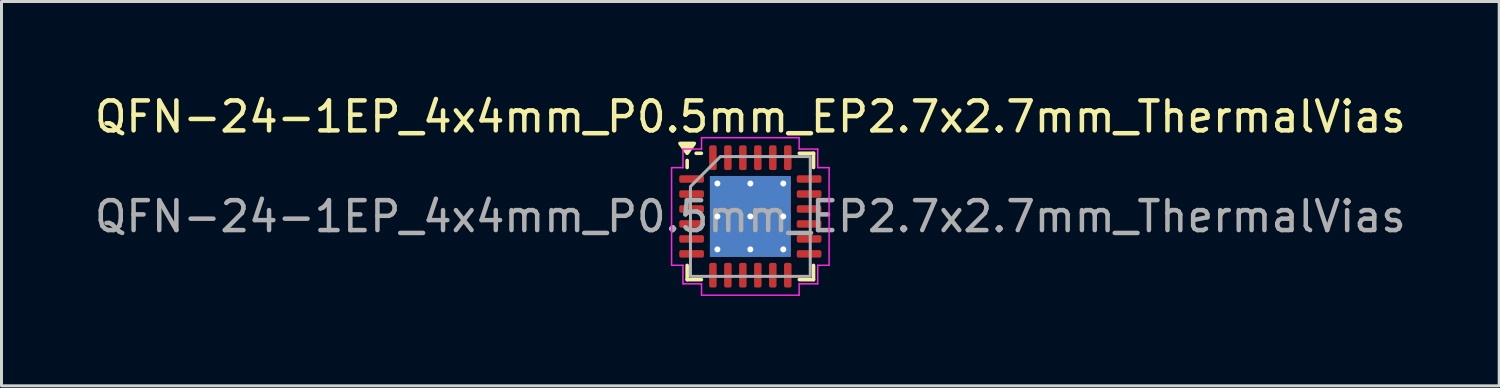
<source format=kicad_pcb>
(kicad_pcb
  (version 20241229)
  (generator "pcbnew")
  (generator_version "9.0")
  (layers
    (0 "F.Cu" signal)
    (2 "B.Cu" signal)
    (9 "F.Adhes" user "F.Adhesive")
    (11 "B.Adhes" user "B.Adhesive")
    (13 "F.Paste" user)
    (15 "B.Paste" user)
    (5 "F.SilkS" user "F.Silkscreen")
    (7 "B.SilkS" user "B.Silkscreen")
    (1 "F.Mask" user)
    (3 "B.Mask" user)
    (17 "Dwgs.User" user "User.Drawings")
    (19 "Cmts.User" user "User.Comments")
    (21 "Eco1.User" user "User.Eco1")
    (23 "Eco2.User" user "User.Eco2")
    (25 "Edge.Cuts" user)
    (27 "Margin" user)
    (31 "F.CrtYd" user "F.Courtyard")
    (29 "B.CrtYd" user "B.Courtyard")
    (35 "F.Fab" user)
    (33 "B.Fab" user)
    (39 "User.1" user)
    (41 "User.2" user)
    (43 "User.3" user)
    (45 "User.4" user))
  (footprint "QFN-24-1EP_4x4mm_P0.5mm_EP2.7x2.7mm_ThermalVias"
    (layer "F.Cu")
    (at 22.006 4.178)
    (property "Reference" "QFN-24-1EP_4x4mm_P0.5mm_EP2.7x2.7mm_ThermalVias" (at 0 -3.33 0) (layer "F.SilkS") (effects (font (size 1 1) (thickness 0.15))))
    (attr smd)
    (fp_line (start -2.11 -1.635) (end -2.11 -1.87) (stroke (width 0.12) (type solid)) (layer "F.SilkS"))
    (fp_line (start -2.11 2.11) (end -2.11 1.635) (stroke (width 0.12) (type solid)) (layer "F.SilkS"))
    (fp_line (start -1.635 -2.11) (end -1.81 -2.11) (stroke (width 0.12) (type solid)) (layer "F.SilkS"))
    (fp_line (start -1.635 2.11) (end -2.11 2.11) (stroke (width 0.12) (type solid)) (layer "F.SilkS"))
    (fp_line (start 1.635 -2.11) (end 2.11 -2.11) (stroke (width 0.12) (type solid)) (layer "F.SilkS"))
    (fp_line (start 1.635 2.11) (end 2.11 2.11) (stroke (width 0.12) (type solid)) (layer "F.SilkS"))
    (fp_line (start 2.11 -2.11) (end 2.11 -1.635) (stroke (width 0.12) (type solid)) (layer "F.SilkS"))
    (fp_line (start 2.11 2.11) (end 2.11 1.635) (stroke (width 0.12) (type solid)) (layer "F.SilkS"))
    (fp_poly (pts (xy -2.11 -2.11) (xy -2.35 -2.44) (xy -1.87 -2.44)) (stroke (width 0.12) (type solid)) (fill yes) (layer "F.SilkS"))
    (fp_line (start -2.63 -1.63) (end -2.25 -1.63) (stroke (width 0.05) (type solid)) (layer "F.CrtYd"))
    (fp_line (start -2.63 1.63) (end -2.63 -1.63) (stroke (width 0.05) (type solid)) (layer "F.CrtYd"))
    (fp_line (start -2.25 -2.25) (end -1.63 -2.25) (stroke (width 0.05) (type solid)) (layer "F.CrtYd"))
    (fp_line (start -2.25 -1.63) (end -2.25 -2.25) (stroke (width 0.05) (type solid)) (layer "F.CrtYd"))
    (fp_line (start -2.25 1.63) (end -2.63 1.63) (stroke (width 0.05) (type solid)) (layer "F.CrtYd"))
    (fp_line (start -2.25 2.25) (end -2.25 1.63) (stroke (width 0.05) (type solid)) (layer "F.CrtYd"))
    (fp_line (start -1.63 -2.63) (end 1.63 -2.63) (stroke (width 0.05) (type solid)) (layer "F.CrtYd"))
    (fp_line (start -1.63 -2.25) (end -1.63 -2.63) (stroke (width 0.05) (type solid)) (layer "F.CrtYd"))
    (fp_line (start -1.63 2.25) (end -2.25 2.25) (stroke (width 0.05) (type solid)) (layer "F.CrtYd"))
    (fp_line (start -1.63 2.63) (end -1.63 2.25) (stroke (width 0.05) (type solid)) (layer "F.CrtYd"))
    (fp_line (start 1.63 -2.63) (end 1.63 -2.25) (stroke (width 0.05) (type solid)) (layer "F.CrtYd"))
    (fp_line (start 1.63 -2.25) (end 2.25 -2.25) (stroke (width 0.05) (type solid)) (layer "F.CrtYd"))
    (fp_line (start 1.63 2.25) (end 1.63 2.63) (stroke (width 0.05) (type solid)) (layer "F.CrtYd"))
    (fp_line (start 1.63 2.63) (end -1.63 2.63) (stroke (width 0.05) (type solid)) (layer "F.CrtYd"))
    (fp_line (start 2.25 -2.25) (end 2.25 -1.63) (stroke (width 0.05) (type solid)) (layer "F.CrtYd"))
    (fp_line (start 2.25 -1.63) (end 2.63 -1.63) (stroke (width 0.05) (type solid)) (layer "F.CrtYd"))
    (fp_line (start 2.25 1.63) (end 2.25 2.25) (stroke (width 0.05) (type solid)) (layer "F.CrtYd"))
    (fp_line (start 2.25 2.25) (end 1.63 2.25) (stroke (width 0.05) (type solid)) (layer "F.CrtYd"))
    (fp_line (start 2.63 -1.63) (end 2.63 1.63) (stroke (width 0.05) (type solid)) (layer "F.CrtYd"))
    (fp_line (start 2.63 1.63) (end 2.25 1.63) (stroke (width 0.05) (type solid)) (layer "F.CrtYd"))
    (fp_poly (pts (xy -2 -1) (xy -2 2) (xy 2 2) (xy 2 -2) (xy -1 -2)) (stroke (width 0.1) (type solid)) (fill no) (layer "F.Fab"))
    (fp_text user "${REFERENCE}" (at 0 0 0) (layer "F.Fab") (effects (font (size 1 1) (thickness 0.15))))
    (pad "" smd roundrect (at -0.675 -0.675) (size 1.17 1.17) (layers "F.Paste") (roundrect_rratio 0.214))
    (pad "" smd roundrect (at -0.675 0.675) (size 1.17 1.17) (layers "F.Paste") (roundrect_rratio 0.214))
    (pad "" smd roundrect (at 0.675 -0.675) (size 1.17 1.17) (layers "F.Paste") (roundrect_rratio 0.214))
    (pad "" smd roundrect (at 0.675 0.675) (size 1.17 1.17) (layers "F.Paste") (roundrect_rratio 0.214))
    (pad "1" smd roundrect (at -1.962 -1.25) (size 0.825 0.25) (layers "F.Cu" "F.Mask" "F.Paste") (roundrect_rratio 0.25))
    (pad "2" smd roundrect (at -1.962 -0.75) (size 0.825 0.25) (layers "F.Cu" "F.Mask" "F.Paste") (roundrect_rratio 0.25))
    (pad "3" smd roundrect (at -1.962 -0.25) (size 0.825 0.25) (layers "F.Cu" "F.Mask" "F.Paste") (roundrect_rratio 0.25))
    (pad "4" smd roundrect (at -1.962 0.25) (size 0.825 0.25) (layers "F.Cu" "F.Mask" "F.Paste") (roundrect_rratio 0.25))
    (pad "5" smd roundrect (at -1.962 0.75) (size 0.825 0.25) (layers "F.Cu" "F.Mask" "F.Paste") (roundrect_rratio 0.25))
    (pad "6" smd roundrect (at -1.962 1.25) (size 0.825 0.25) (layers "F.Cu" "F.Mask" "F.Paste") (roundrect_rratio 0.25))
    (pad "7" smd roundrect (at -1.25 1.962) (size 0.25 0.825) (layers "F.Cu" "F.Mask" "F.Paste") (roundrect_rratio 0.25))
    (pad "8" smd roundrect (at -0.75 1.962) (size 0.25 0.825) (layers "F.Cu" "F.Mask" "F.Paste") (roundrect_rratio 0.25))
    (pad "9" smd roundrect (at -0.25 1.962) (size 0.25 0.825) (layers "F.Cu" "F.Mask" "F.Paste") (roundrect_rratio 0.25))
    (pad "10" smd roundrect (at 0.25 1.962) (size 0.25 0.825) (layers "F.Cu" "F.Mask" "F.Paste") (roundrect_rratio 0.25))
    (pad "11" smd roundrect (at 0.75 1.962) (size 0.25 0.825) (layers "F.Cu" "F.Mask" "F.Paste") (roundrect_rratio 0.25))
    (pad "12" smd roundrect (at 1.25 1.962) (size 0.25 0.825) (layers "F.Cu" "F.Mask" "F.Paste") (roundrect_rratio 0.25))
    (pad "13" smd roundrect (at 1.962 1.25) (size 0.825 0.25) (layers "F.Cu" "F.Mask" "F.Paste") (roundrect_rratio 0.25))
    (pad "14" smd roundrect (at 1.962 0.75) (size 0.825 0.25) (layers "F.Cu" "F.Mask" "F.Paste") (roundrect_rratio 0.25))
    (pad "15" smd roundrect (at 1.962 0.25) (size 0.825 0.25) (layers "F.Cu" "F.Mask" "F.Paste") (roundrect_rratio 0.25))
    (pad "16" smd roundrect (at 1.962 -0.25) (size 0.825 0.25) (layers "F.Cu" "F.Mask" "F.Paste") (roundrect_rratio 0.25))
    (pad "17" smd roundrect (at 1.962 -0.75) (size 0.825 0.25) (layers "F.Cu" "F.Mask" "F.Paste") (roundrect_rratio 0.25))
    (pad "18" smd roundrect (at 1.962 -1.25) (size 0.825 0.25) (layers "F.Cu" "F.Mask" "F.Paste") (roundrect_rratio 0.25))
    (pad "19" smd roundrect (at 1.25 -1.962) (size 0.25 0.825) (layers "F.Cu" "F.Mask" "F.Paste") (roundrect_rratio 0.25))
    (pad "20" smd roundrect (at 0.75 -1.962) (size 0.25 0.825) (layers "F.Cu" "F.Mask" "F.Paste") (roundrect_rratio 0.25))
    (pad "21" smd roundrect (at 0.25 -1.962) (size 0.25 0.825) (layers "F.Cu" "F.Mask" "F.Paste") (roundrect_rratio 0.25))
    (pad "22" smd roundrect (at -0.25 -1.962) (size 0.25 0.825) (layers "F.Cu" "F.Mask" "F.Paste") (roundrect_rratio 0.25))
    (pad "23" smd roundrect (at -0.75 -1.962) (size 0.25 0.825) (layers "F.Cu" "F.Mask" "F.Paste") (roundrect_rratio 0.25))
    (pad "24" smd roundrect (at -1.25 -1.962) (size 0.25 0.825) (layers "F.Cu" "F.Mask" "F.Paste") (roundrect_rratio 0.25))
    (pad "25" thru_hole circle (at -1.1 -1.1) (size 0.5 0.5) (drill 0.2) (property pad_prop_heatsink) (layers "*.Cu"))
    (pad "25" thru_hole circle (at -1.1 0) (size 0.5 0.5) (drill 0.2) (property pad_prop_heatsink) (layers "*.Cu"))
    (pad "25" thru_hole circle (at -1.1 1.1) (size 0.5 0.5) (drill 0.2) (property pad_prop_heatsink) (layers "*.Cu"))
    (pad "25" thru_hole circle (at 0 -1.1) (size 0.5 0.5) (drill 0.2) (property pad_prop_heatsink) (layers "*.Cu"))
    (pad "25" thru_hole circle (at 0 0) (size 0.5 0.5) (drill 0.2) (property pad_prop_heatsink) (layers "*.Cu"))
    (pad "25" smd rect (at 0 0) (size 2.7 2.7) (property pad_prop_heatsink) (layers "F.Cu" "F.Mask"))
    (pad "25" smd rect (at 0 0) (size 2.7 2.7) (property pad_prop_heatsink) (layers "B.Cu"))
    (pad "25" thru_hole circle (at 0 1.1) (size 0.5 0.5) (drill 0.2) (property pad_prop_heatsink) (layers "*.Cu"))
    (pad "25" thru_hole circle (at 1.1 -1.1) (size 0.5 0.5) (drill 0.2) (property pad_prop_heatsink) (layers "*.Cu"))
    (pad "25" thru_hole circle (at 1.1 0) (size 0.5 0.5) (drill 0.2) (property pad_prop_heatsink) (layers "*.Cu"))
    (pad "25" thru_hole circle (at 1.1 1.1) (size 0.5 0.5) (drill 0.2) (property pad_prop_heatsink) (layers "*.Cu")))
  (gr_rect
    (start -3 -3)
    (end 47.012 9.833)
    (stroke (width 0.1) (type default))
    (fill no)
    (layer "Edge.Cuts")))
</source>
